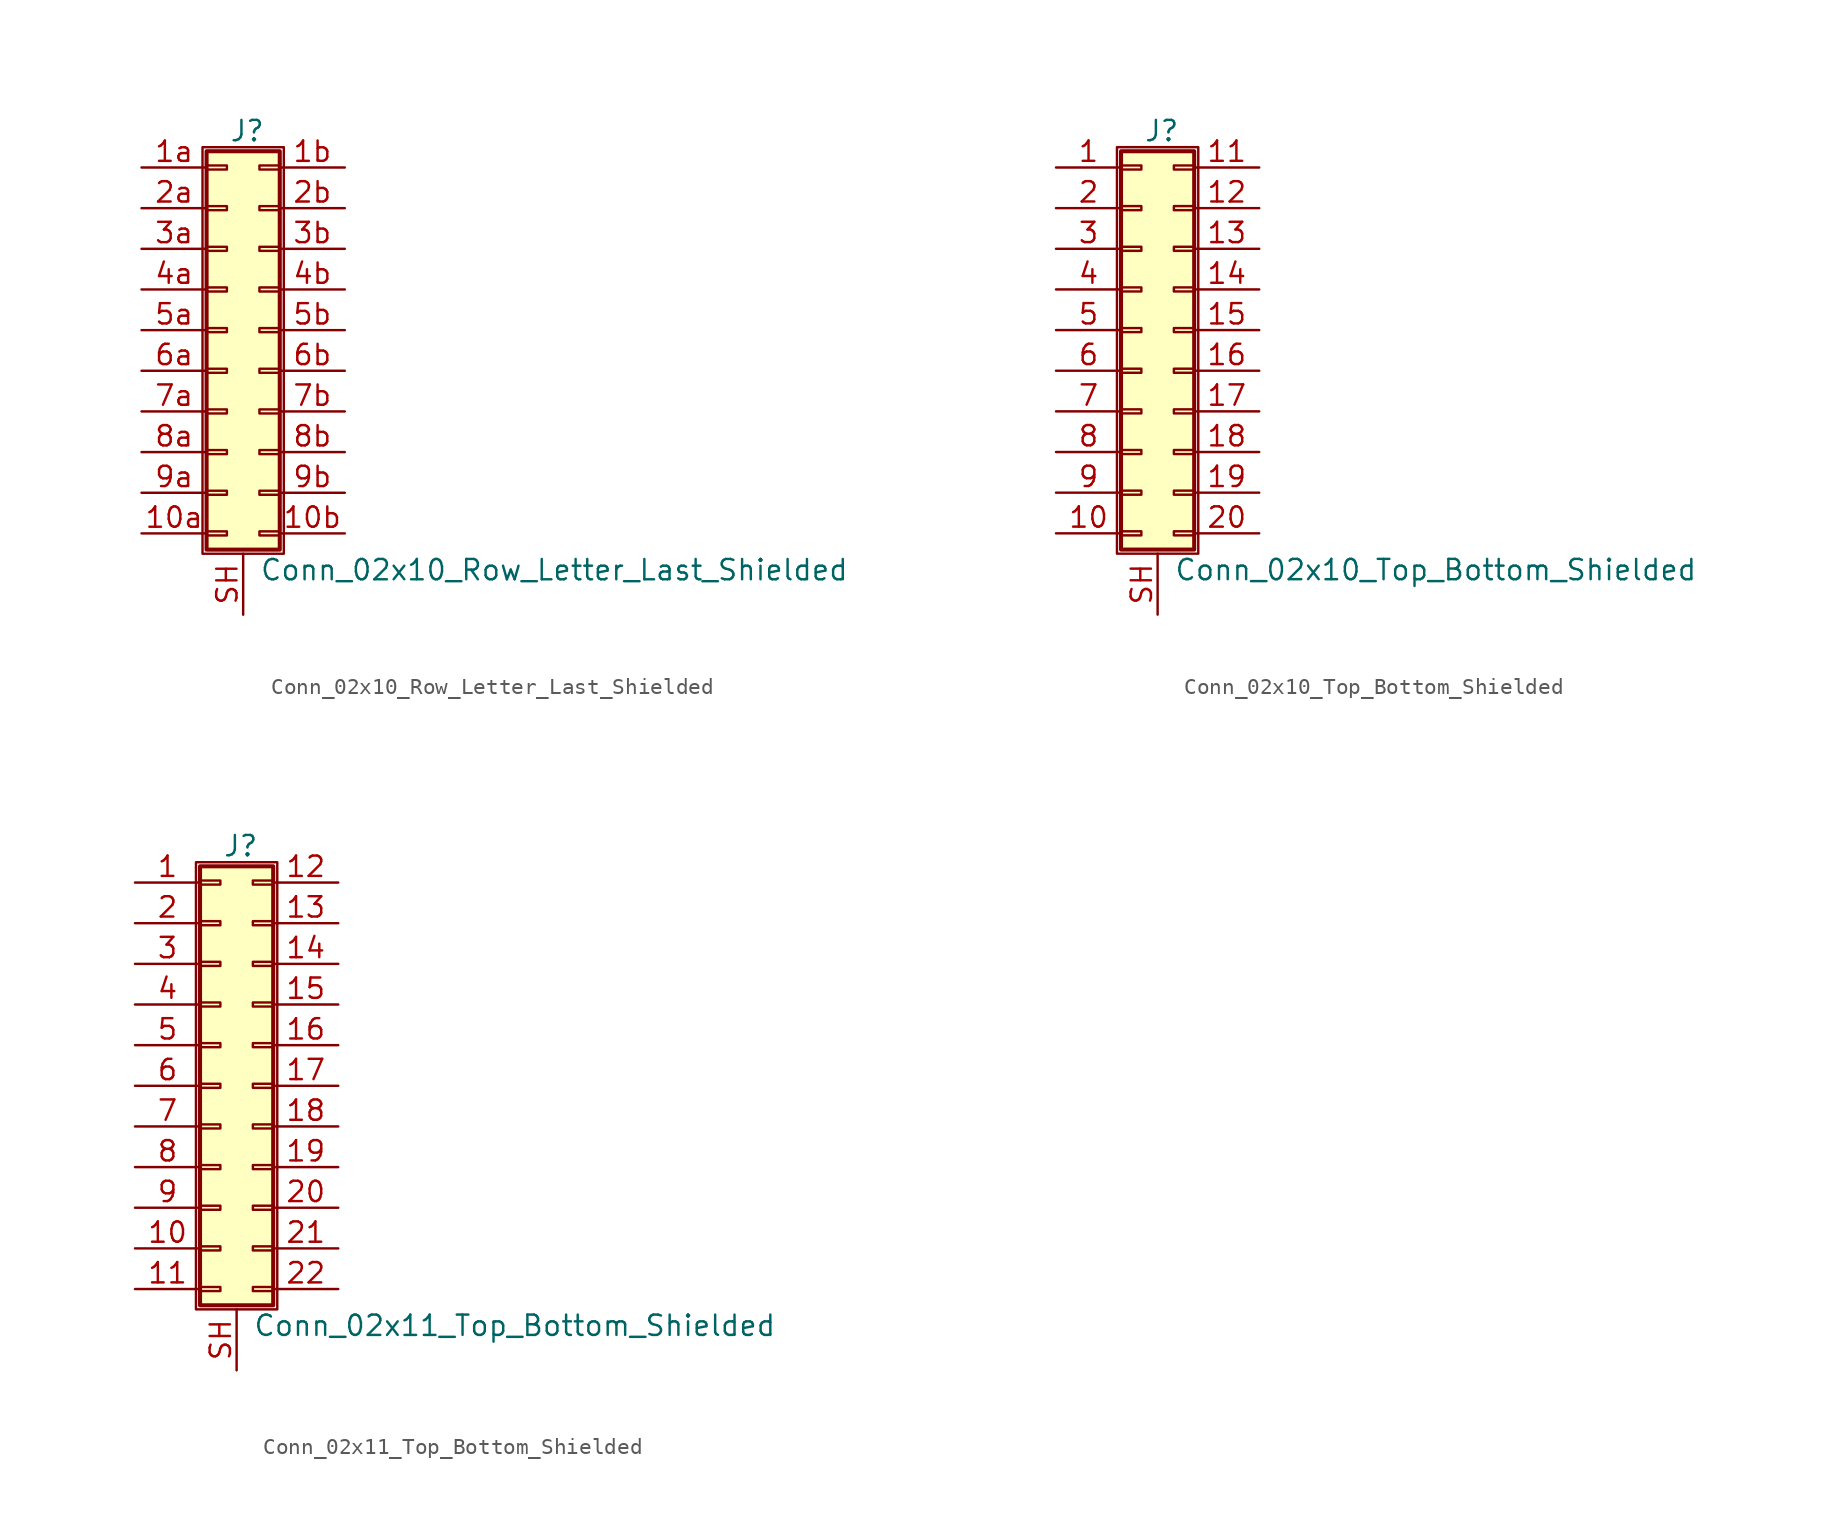
<source format=kicad_sym>
(kicad_symbol_lib
  (version 20211014)
  (generator kicad_symbol_editor)
  (symbol "Conn_02x10_Row_Letter_Last_Shielded"
    (pin_names
      (offset 1.016) hide)
    (property "Reference" "J"
      (at 1.524 12.446 0)
      (effects (font (size 1.27 1.27))))
    (property "Value" "Conn_02x10_Row_Letter_Last_Shielded"
      (at 2.286 -14.986 0)
      (effects (font (size 1.27 1.27)) (justify left)))
    (symbol "Conn_02x10_Row_Letter_Last_Shielded_1_1"
      (rectangle (start -1.27 11.43) (end 3.81 -13.97) (stroke (width 0.152) (type default) (color 0 0 0 0)) (fill (type none)))
      (rectangle (start -1.016 -12.573) (end 0.254 -12.827) (stroke (width 0.152) (type default) (color 0 0 0 0)) (fill (type none)))
      (rectangle (start -1.016 -10.033) (end 0.254 -10.287) (stroke (width 0.152) (type default) (color 0 0 0 0)) (fill (type none)))
      (rectangle (start -1.016 -7.493) (end 0.254 -7.747) (stroke (width 0.152) (type default) (color 0 0 0 0)) (fill (type none)))
      (rectangle (start -1.016 -4.953) (end 0.254 -5.207) (stroke (width 0.152) (type default) (color 0 0 0 0)) (fill (type none)))
      (rectangle (start -1.016 -2.413) (end 0.254 -2.667) (stroke (width 0.152) (type default) (color 0 0 0 0)) (fill (type none)))
      (rectangle (start -1.016 0.127) (end 0.254 -0.127) (stroke (width 0.152) (type default) (color 0 0 0 0)) (fill (type none)))
      (rectangle (start -1.016 2.667) (end 0.254 2.413) (stroke (width 0.152) (type default) (color 0 0 0 0)) (fill (type none)))
      (rectangle (start -1.016 5.207) (end 0.254 4.953) (stroke (width 0.152) (type default) (color 0 0 0 0)) (fill (type none)))
      (rectangle (start -1.016 7.747) (end 0.254 7.493) (stroke (width 0.152) (type default) (color 0 0 0 0)) (fill (type none)))
      (rectangle (start -1.016 10.287) (end 0.254 10.033) (stroke (width 0.152) (type default) (color 0 0 0 0)) (fill (type none)))
      (rectangle (start -1.016 11.176) (end 3.556 -13.716) (stroke (width 0.254) (type default) (color 0 0 0 0)) (fill (type background)))
      (rectangle (start 3.556 -12.573) (end 2.286 -12.827) (stroke (width 0.152) (type default) (color 0 0 0 0)) (fill (type none)))
      (rectangle (start 3.556 -10.033) (end 2.286 -10.287) (stroke (width 0.152) (type default) (color 0 0 0 0)) (fill (type none)))
      (rectangle (start 3.556 -7.493) (end 2.286 -7.747) (stroke (width 0.152) (type default) (color 0 0 0 0)) (fill (type none)))
      (rectangle (start 3.556 -4.953) (end 2.286 -5.207) (stroke (width 0.152) (type default) (color 0 0 0 0)) (fill (type none)))
      (rectangle (start 3.556 -2.413) (end 2.286 -2.667) (stroke (width 0.152) (type default) (color 0 0 0 0)) (fill (type none)))
      (rectangle (start 3.556 0.127) (end 2.286 -0.127) (stroke (width 0.152) (type default) (color 0 0 0 0)) (fill (type none)))
      (rectangle (start 3.556 2.667) (end 2.286 2.413) (stroke (width 0.152) (type default) (color 0 0 0 0)) (fill (type none)))
      (rectangle (start 3.556 5.207) (end 2.286 4.953) (stroke (width 0.152) (type default) (color 0 0 0 0)) (fill (type none)))
      (rectangle (start 3.556 7.747) (end 2.286 7.493) (stroke (width 0.152) (type default) (color 0 0 0 0)) (fill (type none)))
      (rectangle (start 3.556 10.287) (end 2.286 10.033) (stroke (width 0.152) (type default) (color 0 0 0 0)) (fill (type none)))
      (pin passive line (at -5.08 -12.7 0) (length 4.064) (name "Pin_10a" (effects (font (size 1.27 1.27)))) (number "10a" (effects (font (size 1.27 1.27)))))
      (pin passive line (at 7.62 -12.7 180) (length 4.064) (name "Pin_10b" (effects (font (size 1.27 1.27)))) (number "10b" (effects (font (size 1.27 1.27)))))
      (pin passive line (at -5.08 10.16 0) (length 4.064) (name "Pin_1a" (effects (font (size 1.27 1.27)))) (number "1a" (effects (font (size 1.27 1.27)))))
      (pin passive line (at 7.62 10.16 180) (length 4.064) (name "Pin_1b" (effects (font (size 1.27 1.27)))) (number "1b" (effects (font (size 1.27 1.27)))))
      (pin passive line (at -5.08 7.62 0) (length 4.064) (name "Pin_2a" (effects (font (size 1.27 1.27)))) (number "2a" (effects (font (size 1.27 1.27)))))
      (pin passive line (at 7.62 7.62 180) (length 4.064) (name "Pin_2b" (effects (font (size 1.27 1.27)))) (number "2b" (effects (font (size 1.27 1.27)))))
      (pin passive line (at -5.08 5.08 0) (length 4.064) (name "Pin_3a" (effects (font (size 1.27 1.27)))) (number "3a" (effects (font (size 1.27 1.27)))))
      (pin passive line (at 7.62 5.08 180) (length 4.064) (name "Pin_3b" (effects (font (size 1.27 1.27)))) (number "3b" (effects (font (size 1.27 1.27)))))
      (pin passive line (at -5.08 2.54 0) (length 4.064) (name "Pin_4a" (effects (font (size 1.27 1.27)))) (number "4a" (effects (font (size 1.27 1.27)))))
      (pin passive line (at 7.62 2.54 180) (length 4.064) (name "Pin_4b" (effects (font (size 1.27 1.27)))) (number "4b" (effects (font (size 1.27 1.27)))))
      (pin passive line (at -5.08 0 0) (length 4.064) (name "Pin_5a" (effects (font (size 1.27 1.27)))) (number "5a" (effects (font (size 1.27 1.27)))))
      (pin passive line (at 7.62 0 180) (length 4.064) (name "Pin_5b" (effects (font (size 1.27 1.27)))) (number "5b" (effects (font (size 1.27 1.27)))))
      (pin passive line (at -5.08 -2.54 0) (length 4.064) (name "Pin_6a" (effects (font (size 1.27 1.27)))) (number "6a" (effects (font (size 1.27 1.27)))))
      (pin passive line (at 7.62 -2.54 180) (length 4.064) (name "Pin_6b" (effects (font (size 1.27 1.27)))) (number "6b" (effects (font (size 1.27 1.27)))))
      (pin passive line (at -5.08 -5.08 0) (length 4.064) (name "Pin_7a" (effects (font (size 1.27 1.27)))) (number "7a" (effects (font (size 1.27 1.27)))))
      (pin passive line (at 7.62 -5.08 180) (length 4.064) (name "Pin_7b" (effects (font (size 1.27 1.27)))) (number "7b" (effects (font (size 1.27 1.27)))))
      (pin passive line (at -5.08 -7.62 0) (length 4.064) (name "Pin_8a" (effects (font (size 1.27 1.27)))) (number "8a" (effects (font (size 1.27 1.27)))))
      (pin passive line (at 7.62 -7.62 180) (length 4.064) (name "Pin_8b" (effects (font (size 1.27 1.27)))) (number "8b" (effects (font (size 1.27 1.27)))))
      (pin passive line (at -5.08 -10.16 0) (length 4.064) (name "Pin_9a" (effects (font (size 1.27 1.27)))) (number "9a" (effects (font (size 1.27 1.27)))))
      (pin passive line (at 7.62 -10.16 180) (length 4.064) (name "Pin_9b" (effects (font (size 1.27 1.27)))) (number "9b" (effects (font (size 1.27 1.27)))))
      (pin passive line (at 1.27 -17.78 90) (length 3.81) (name "Shield" (effects (font (size 1.27 1.27)))) (number "SH" (effects (font (size 1.27 1.27)))))))
  (symbol "Conn_02x10_Top_Bottom_Shielded"
    (pin_names
      (offset 1.016) hide)
    (property "Reference" "J"
      (at 1.524 12.446 0)
      (effects (font (size 1.27 1.27))))
    (property "Value" "Conn_02x10_Top_Bottom_Shielded"
      (at 2.286 -14.986 0)
      (effects (font (size 1.27 1.27)) (justify left)))
    (symbol "Conn_02x10_Top_Bottom_Shielded_1_1"
      (rectangle (start -1.27 11.43) (end 3.81 -13.97) (stroke (width 0.152) (type default) (color 0 0 0 0)) (fill (type none)))
      (rectangle (start -1.016 -12.573) (end 0.254 -12.827) (stroke (width 0.152) (type default) (color 0 0 0 0)) (fill (type none)))
      (rectangle (start -1.016 -10.033) (end 0.254 -10.287) (stroke (width 0.152) (type default) (color 0 0 0 0)) (fill (type none)))
      (rectangle (start -1.016 -7.493) (end 0.254 -7.747) (stroke (width 0.152) (type default) (color 0 0 0 0)) (fill (type none)))
      (rectangle (start -1.016 -4.953) (end 0.254 -5.207) (stroke (width 0.152) (type default) (color 0 0 0 0)) (fill (type none)))
      (rectangle (start -1.016 -2.413) (end 0.254 -2.667) (stroke (width 0.152) (type default) (color 0 0 0 0)) (fill (type none)))
      (rectangle (start -1.016 0.127) (end 0.254 -0.127) (stroke (width 0.152) (type default) (color 0 0 0 0)) (fill (type none)))
      (rectangle (start -1.016 2.667) (end 0.254 2.413) (stroke (width 0.152) (type default) (color 0 0 0 0)) (fill (type none)))
      (rectangle (start -1.016 5.207) (end 0.254 4.953) (stroke (width 0.152) (type default) (color 0 0 0 0)) (fill (type none)))
      (rectangle (start -1.016 7.747) (end 0.254 7.493) (stroke (width 0.152) (type default) (color 0 0 0 0)) (fill (type none)))
      (rectangle (start -1.016 10.287) (end 0.254 10.033) (stroke (width 0.152) (type default) (color 0 0 0 0)) (fill (type none)))
      (rectangle (start -1.016 11.176) (end 3.556 -13.716) (stroke (width 0.254) (type default) (color 0 0 0 0)) (fill (type background)))
      (rectangle (start 3.556 -12.573) (end 2.286 -12.827) (stroke (width 0.152) (type default) (color 0 0 0 0)) (fill (type none)))
      (rectangle (start 3.556 -10.033) (end 2.286 -10.287) (stroke (width 0.152) (type default) (color 0 0 0 0)) (fill (type none)))
      (rectangle (start 3.556 -7.493) (end 2.286 -7.747) (stroke (width 0.152) (type default) (color 0 0 0 0)) (fill (type none)))
      (rectangle (start 3.556 -4.953) (end 2.286 -5.207) (stroke (width 0.152) (type default) (color 0 0 0 0)) (fill (type none)))
      (rectangle (start 3.556 -2.413) (end 2.286 -2.667) (stroke (width 0.152) (type default) (color 0 0 0 0)) (fill (type none)))
      (rectangle (start 3.556 0.127) (end 2.286 -0.127) (stroke (width 0.152) (type default) (color 0 0 0 0)) (fill (type none)))
      (rectangle (start 3.556 2.667) (end 2.286 2.413) (stroke (width 0.152) (type default) (color 0 0 0 0)) (fill (type none)))
      (rectangle (start 3.556 5.207) (end 2.286 4.953) (stroke (width 0.152) (type default) (color 0 0 0 0)) (fill (type none)))
      (rectangle (start 3.556 7.747) (end 2.286 7.493) (stroke (width 0.152) (type default) (color 0 0 0 0)) (fill (type none)))
      (rectangle (start 3.556 10.287) (end 2.286 10.033) (stroke (width 0.152) (type default) (color 0 0 0 0)) (fill (type none)))
      (pin passive line (at -5.08 10.16 0) (length 4.064) (name "Pin_1" (effects (font (size 1.27 1.27)))) (number "1" (effects (font (size 1.27 1.27)))))
      (pin passive line (at -5.08 -12.7 0) (length 4.064) (name "Pin_10" (effects (font (size 1.27 1.27)))) (number "10" (effects (font (size 1.27 1.27)))))
      (pin passive line (at 7.62 10.16 180) (length 4.064) (name "Pin_11" (effects (font (size 1.27 1.27)))) (number "11" (effects (font (size 1.27 1.27)))))
      (pin passive line (at 7.62 7.62 180) (length 4.064) (name "Pin_12" (effects (font (size 1.27 1.27)))) (number "12" (effects (font (size 1.27 1.27)))))
      (pin passive line (at 7.62 5.08 180) (length 4.064) (name "Pin_13" (effects (font (size 1.27 1.27)))) (number "13" (effects (font (size 1.27 1.27)))))
      (pin passive line (at 7.62 2.54 180) (length 4.064) (name "Pin_14" (effects (font (size 1.27 1.27)))) (number "14" (effects (font (size 1.27 1.27)))))
      (pin passive line (at 7.62 0 180) (length 4.064) (name "Pin_15" (effects (font (size 1.27 1.27)))) (number "15" (effects (font (size 1.27 1.27)))))
      (pin passive line (at 7.62 -2.54 180) (length 4.064) (name "Pin_16" (effects (font (size 1.27 1.27)))) (number "16" (effects (font (size 1.27 1.27)))))
      (pin passive line (at 7.62 -5.08 180) (length 4.064) (name "Pin_17" (effects (font (size 1.27 1.27)))) (number "17" (effects (font (size 1.27 1.27)))))
      (pin passive line (at 7.62 -7.62 180) (length 4.064) (name "Pin_18" (effects (font (size 1.27 1.27)))) (number "18" (effects (font (size 1.27 1.27)))))
      (pin passive line (at 7.62 -10.16 180) (length 4.064) (name "Pin_19" (effects (font (size 1.27 1.27)))) (number "19" (effects (font (size 1.27 1.27)))))
      (pin passive line (at -5.08 7.62 0) (length 4.064) (name "Pin_2" (effects (font (size 1.27 1.27)))) (number "2" (effects (font (size 1.27 1.27)))))
      (pin passive line (at 7.62 -12.7 180) (length 4.064) (name "Pin_20" (effects (font (size 1.27 1.27)))) (number "20" (effects (font (size 1.27 1.27)))))
      (pin passive line (at -5.08 5.08 0) (length 4.064) (name "Pin_3" (effects (font (size 1.27 1.27)))) (number "3" (effects (font (size 1.27 1.27)))))
      (pin passive line (at -5.08 2.54 0) (length 4.064) (name "Pin_4" (effects (font (size 1.27 1.27)))) (number "4" (effects (font (size 1.27 1.27)))))
      (pin passive line (at -5.08 0 0) (length 4.064) (name "Pin_5" (effects (font (size 1.27 1.27)))) (number "5" (effects (font (size 1.27 1.27)))))
      (pin passive line (at -5.08 -2.54 0) (length 4.064) (name "Pin_6" (effects (font (size 1.27 1.27)))) (number "6" (effects (font (size 1.27 1.27)))))
      (pin passive line (at -5.08 -5.08 0) (length 4.064) (name "Pin_7" (effects (font (size 1.27 1.27)))) (number "7" (effects (font (size 1.27 1.27)))))
      (pin passive line (at -5.08 -7.62 0) (length 4.064) (name "Pin_8" (effects (font (size 1.27 1.27)))) (number "8" (effects (font (size 1.27 1.27)))))
      (pin passive line (at -5.08 -10.16 0) (length 4.064) (name "Pin_9" (effects (font (size 1.27 1.27)))) (number "9" (effects (font (size 1.27 1.27)))))
      (pin passive line (at 1.27 -17.78 90) (length 3.81) (name "Shield" (effects (font (size 1.27 1.27)))) (number "SH" (effects (font (size 1.27 1.27)))))))
  (symbol "Conn_02x11_Top_Bottom_Shielded"
    (pin_names
      (offset 1.016) hide)
    (property "Reference" "J"
      (at 1.524 14.986 0)
      (effects (font (size 1.27 1.27))))
    (property "Value" "Conn_02x11_Top_Bottom_Shielded"
      (at 2.286 -14.986 0)
      (effects (font (size 1.27 1.27)) (justify left)))
    (symbol "Conn_02x11_Top_Bottom_Shielded_1_1"
      (rectangle (start -1.27 13.97) (end 3.81 -13.97) (stroke (width 0.152) (type default) (color 0 0 0 0)) (fill (type none)))
      (rectangle (start -1.016 -12.573) (end 0.254 -12.827) (stroke (width 0.152) (type default) (color 0 0 0 0)) (fill (type none)))
      (rectangle (start -1.016 -10.033) (end 0.254 -10.287) (stroke (width 0.152) (type default) (color 0 0 0 0)) (fill (type none)))
      (rectangle (start -1.016 -7.493) (end 0.254 -7.747) (stroke (width 0.152) (type default) (color 0 0 0 0)) (fill (type none)))
      (rectangle (start -1.016 -4.953) (end 0.254 -5.207) (stroke (width 0.152) (type default) (color 0 0 0 0)) (fill (type none)))
      (rectangle (start -1.016 -2.413) (end 0.254 -2.667) (stroke (width 0.152) (type default) (color 0 0 0 0)) (fill (type none)))
      (rectangle (start -1.016 0.127) (end 0.254 -0.127) (stroke (width 0.152) (type default) (color 0 0 0 0)) (fill (type none)))
      (rectangle (start -1.016 2.667) (end 0.254 2.413) (stroke (width 0.152) (type default) (color 0 0 0 0)) (fill (type none)))
      (rectangle (start -1.016 5.207) (end 0.254 4.953) (stroke (width 0.152) (type default) (color 0 0 0 0)) (fill (type none)))
      (rectangle (start -1.016 7.747) (end 0.254 7.493) (stroke (width 0.152) (type default) (color 0 0 0 0)) (fill (type none)))
      (rectangle (start -1.016 10.287) (end 0.254 10.033) (stroke (width 0.152) (type default) (color 0 0 0 0)) (fill (type none)))
      (rectangle (start -1.016 12.827) (end 0.254 12.573) (stroke (width 0.152) (type default) (color 0 0 0 0)) (fill (type none)))
      (rectangle (start -1.016 13.716) (end 3.556 -13.716) (stroke (width 0.254) (type default) (color 0 0 0 0)) (fill (type background)))
      (rectangle (start 3.556 -12.573) (end 2.286 -12.827) (stroke (width 0.152) (type default) (color 0 0 0 0)) (fill (type none)))
      (rectangle (start 3.556 -10.033) (end 2.286 -10.287) (stroke (width 0.152) (type default) (color 0 0 0 0)) (fill (type none)))
      (rectangle (start 3.556 -7.493) (end 2.286 -7.747) (stroke (width 0.152) (type default) (color 0 0 0 0)) (fill (type none)))
      (rectangle (start 3.556 -4.953) (end 2.286 -5.207) (stroke (width 0.152) (type default) (color 0 0 0 0)) (fill (type none)))
      (rectangle (start 3.556 -2.413) (end 2.286 -2.667) (stroke (width 0.152) (type default) (color 0 0 0 0)) (fill (type none)))
      (rectangle (start 3.556 0.127) (end 2.286 -0.127) (stroke (width 0.152) (type default) (color 0 0 0 0)) (fill (type none)))
      (rectangle (start 3.556 2.667) (end 2.286 2.413) (stroke (width 0.152) (type default) (color 0 0 0 0)) (fill (type none)))
      (rectangle (start 3.556 5.207) (end 2.286 4.953) (stroke (width 0.152) (type default) (color 0 0 0 0)) (fill (type none)))
      (rectangle (start 3.556 7.747) (end 2.286 7.493) (stroke (width 0.152) (type default) (color 0 0 0 0)) (fill (type none)))
      (rectangle (start 3.556 10.287) (end 2.286 10.033) (stroke (width 0.152) (type default) (color 0 0 0 0)) (fill (type none)))
      (rectangle (start 3.556 12.827) (end 2.286 12.573) (stroke (width 0.152) (type default) (color 0 0 0 0)) (fill (type none)))
      (pin passive line (at -5.08 12.7 0) (length 4.064) (name "Pin_1" (effects (font (size 1.27 1.27)))) (number "1" (effects (font (size 1.27 1.27)))))
      (pin passive line (at -5.08 -10.16 0) (length 4.064) (name "Pin_10" (effects (font (size 1.27 1.27)))) (number "10" (effects (font (size 1.27 1.27)))))
      (pin passive line (at -5.08 -12.7 0) (length 4.064) (name "Pin_11" (effects (font (size 1.27 1.27)))) (number "11" (effects (font (size 1.27 1.27)))))
      (pin passive line (at 7.62 12.7 180) (length 4.064) (name "Pin_12" (effects (font (size 1.27 1.27)))) (number "12" (effects (font (size 1.27 1.27)))))
      (pin passive line (at 7.62 10.16 180) (length 4.064) (name "Pin_13" (effects (font (size 1.27 1.27)))) (number "13" (effects (font (size 1.27 1.27)))))
      (pin passive line (at 7.62 7.62 180) (length 4.064) (name "Pin_14" (effects (font (size 1.27 1.27)))) (number "14" (effects (font (size 1.27 1.27)))))
      (pin passive line (at 7.62 5.08 180) (length 4.064) (name "Pin_15" (effects (font (size 1.27 1.27)))) (number "15" (effects (font (size 1.27 1.27)))))
      (pin passive line (at 7.62 2.54 180) (length 4.064) (name "Pin_16" (effects (font (size 1.27 1.27)))) (number "16" (effects (font (size 1.27 1.27)))))
      (pin passive line (at 7.62 0 180) (length 4.064) (name "Pin_17" (effects (font (size 1.27 1.27)))) (number "17" (effects (font (size 1.27 1.27)))))
      (pin passive line (at 7.62 -2.54 180) (length 4.064) (name "Pin_18" (effects (font (size 1.27 1.27)))) (number "18" (effects (font (size 1.27 1.27)))))
      (pin passive line (at 7.62 -5.08 180) (length 4.064) (name "Pin_19" (effects (font (size 1.27 1.27)))) (number "19" (effects (font (size 1.27 1.27)))))
      (pin passive line (at -5.08 10.16 0) (length 4.064) (name "Pin_2" (effects (font (size 1.27 1.27)))) (number "2" (effects (font (size 1.27 1.27)))))
      (pin passive line (at 7.62 -7.62 180) (length 4.064) (name "Pin_20" (effects (font (size 1.27 1.27)))) (number "20" (effects (font (size 1.27 1.27)))))
      (pin passive line (at 7.62 -10.16 180) (length 4.064) (name "Pin_21" (effects (font (size 1.27 1.27)))) (number "21" (effects (font (size 1.27 1.27)))))
      (pin passive line (at 7.62 -12.7 180) (length 4.064) (name "Pin_22" (effects (font (size 1.27 1.27)))) (number "22" (effects (font (size 1.27 1.27)))))
      (pin passive line (at -5.08 7.62 0) (length 4.064) (name "Pin_3" (effects (font (size 1.27 1.27)))) (number "3" (effects (font (size 1.27 1.27)))))
      (pin passive line (at -5.08 5.08 0) (length 4.064) (name "Pin_4" (effects (font (size 1.27 1.27)))) (number "4" (effects (font (size 1.27 1.27)))))
      (pin passive line (at -5.08 2.54 0) (length 4.064) (name "Pin_5" (effects (font (size 1.27 1.27)))) (number "5" (effects (font (size 1.27 1.27)))))
      (pin passive line (at -5.08 0 0) (length 4.064) (name "Pin_6" (effects (font (size 1.27 1.27)))) (number "6" (effects (font (size 1.27 1.27)))))
      (pin passive line (at -5.08 -2.54 0) (length 4.064) (name "Pin_7" (effects (font (size 1.27 1.27)))) (number "7" (effects (font (size 1.27 1.27)))))
      (pin passive line (at -5.08 -5.08 0) (length 4.064) (name "Pin_8" (effects (font (size 1.27 1.27)))) (number "8" (effects (font (size 1.27 1.27)))))
      (pin passive line (at -5.08 -7.62 0) (length 4.064) (name "Pin_9" (effects (font (size 1.27 1.27)))) (number "9" (effects (font (size 1.27 1.27)))))
      (pin passive line (at 1.27 -17.78 90) (length 3.81) (name "Shield" (effects (font (size 1.27 1.27)))) (number "SH" (effects (font (size 1.27 1.27))))))))
</source>
